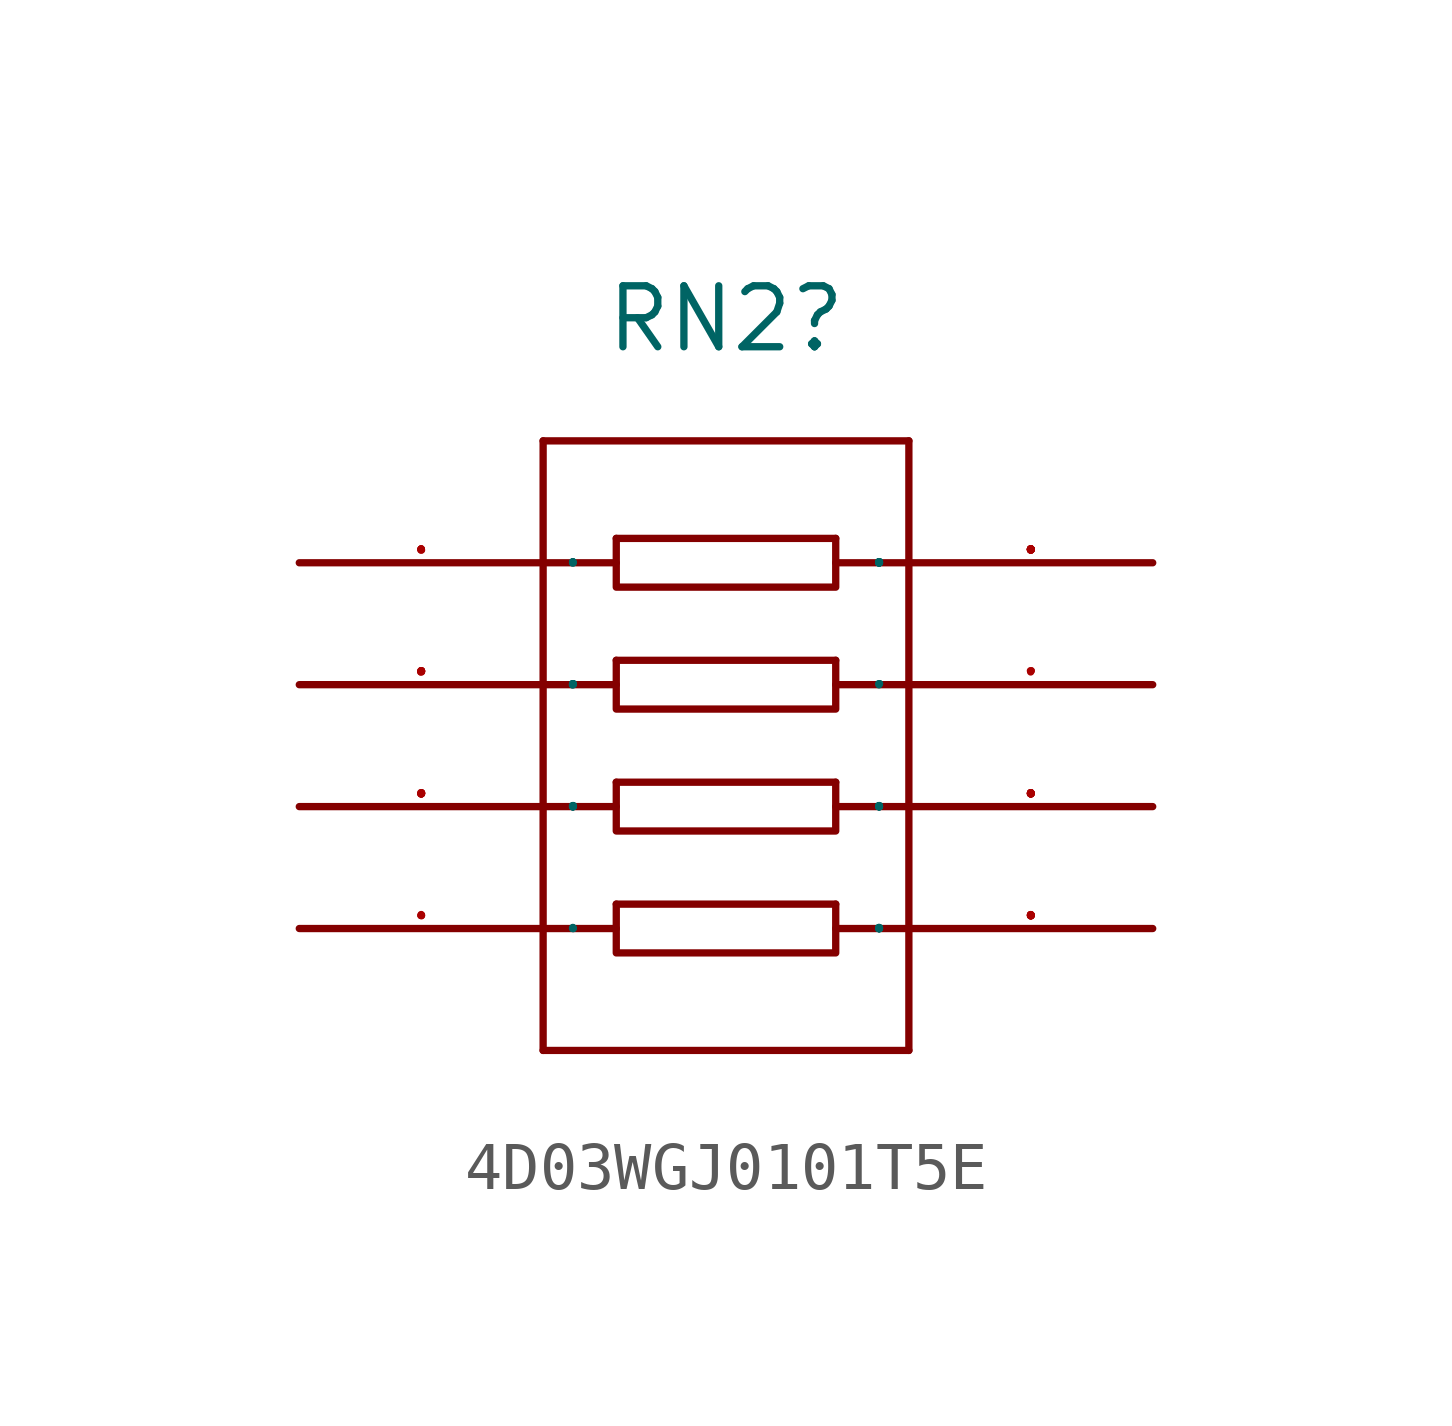
<source format=kicad_sym>
(kicad_symbol_lib
  (version 20241209)
  (generator "kicad_symbol_editor")
  (generator_version "9.0")
  (symbol "4D03WGJ0101T5E"
    (property "Reference" "RN2"
      (at 0 8.89 0)
      (effects (font (size 1.27 1.27))))
    (symbol "4D03WGJ0101T5E_1_0"
      (polyline (pts (xy -3.81 6.35) (xy -3.81 -6.35)) (stroke (width 0) (type default)) (fill (type none)))
      (polyline (pts (xy -3.81 6.35) (xy 3.81 6.35)) (stroke (width 0) (type default)) (fill (type none)))
      (polyline (pts (xy -3.81 3.81) (xy -2.286 3.81)) (stroke (width 0) (type default)) (fill (type none)))
      (polyline (pts (xy -3.81 1.27) (xy -2.286 1.27)) (stroke (width 0) (type default)) (fill (type none)))
      (polyline (pts (xy -3.81 -1.27) (xy -2.286 -1.27)) (stroke (width 0) (type default)) (fill (type none)))
      (polyline (pts (xy -3.81 -3.81) (xy -2.286 -3.81)) (stroke (width 0) (type default)) (fill (type none)))
      (polyline (pts (xy -3.81 -6.35) (xy 3.81 -6.35)) (stroke (width 0) (type default)) (fill (type none)))
      (polyline (pts (xy -2.286 4.318) (xy 2.286 4.318)) (stroke (width 0) (type default)) (fill (type none)))
      (polyline (pts (xy -2.286 4.318) (xy -2.286 3.302) (xy -2.286 3.302) (xy 2.286 3.302) (xy 2.286 3.302) (xy 2.286 4.318)) (stroke (width 0) (type default)) (fill (type none)))
      (polyline (pts (xy -2.286 1.778) (xy 2.286 1.778)) (stroke (width 0) (type default)) (fill (type none)))
      (polyline (pts (xy -2.286 1.778) (xy -2.286 0.762) (xy -2.286 0.762) (xy 2.286 0.762) (xy 2.286 0.762) (xy 2.286 1.778)) (stroke (width 0) (type default)) (fill (type none)))
      (polyline (pts (xy -2.286 -0.762) (xy 2.286 -0.762)) (stroke (width 0) (type default)) (fill (type none)))
      (polyline (pts (xy -2.286 -0.762) (xy -2.286 -1.778) (xy -2.286 -1.778) (xy 2.286 -1.778) (xy 2.286 -1.778) (xy 2.286 -0.762)) (stroke (width 0) (type default)) (fill (type none)))
      (polyline (pts (xy -2.286 -3.302) (xy 2.286 -3.302)) (stroke (width 0) (type default)) (fill (type none)))
      (polyline (pts (xy -2.286 -3.302) (xy -2.286 -4.318) (xy -2.286 -4.318) (xy 2.286 -4.318) (xy 2.286 -4.318) (xy 2.286 -3.302)) (stroke (width 0) (type default)) (fill (type none)))
      (polyline (pts (xy 2.286 3.81) (xy 3.81 3.81)) (stroke (width 0) (type default)) (fill (type none)))
      (polyline (pts (xy 2.286 1.27) (xy 3.81 1.27)) (stroke (width 0) (type default)) (fill (type none)))
      (polyline (pts (xy 2.286 -1.27) (xy 3.81 -1.27)) (stroke (width 0) (type default)) (fill (type none)))
      (polyline (pts (xy 2.286 -3.81) (xy 3.81 -3.81)) (stroke (width 0) (type default)) (fill (type none)))
      (polyline (pts (xy 3.81 6.35) (xy 3.81 -6.35)) (stroke (width 0) (type default)) (fill (type none)))
      (pin passive line (at -8.89 3.81 0) (length 5.08) (name "1" (effects (font (size 0.025 0.025)))) (number "1" (effects (font (size 0.025 0.025)))))
      (pin passive line (at -8.89 1.27 0) (length 5.08) (name "2" (effects (font (size 0.025 0.025)))) (number "2" (effects (font (size 0.025 0.025)))))
      (pin passive line (at -8.89 -1.27 0) (length 5.08) (name "3" (effects (font (size 0.025 0.025)))) (number "3" (effects (font (size 0.025 0.025)))))
      (pin passive line (at -8.89 -3.81 0) (length 5.08) (name "4" (effects (font (size 0.025 0.025)))) (number "4" (effects (font (size 0.025 0.025)))))
      (pin passive line (at 8.89 3.81 180) (length 5.08) (name "8" (effects (font (size 0.025 0.025)))) (number "8" (effects (font (size 0.025 0.025)))))
      (pin passive line (at 8.89 1.27 180) (length 5.08) (name "7" (effects (font (size 0.025 0.025)))) (number "7" (effects (font (size 0.025 0.025)))))
      (pin passive line (at 8.89 -1.27 180) (length 5.08) (name "6" (effects (font (size 0.025 0.025)))) (number "6" (effects (font (size 0.025 0.025)))))
      (pin passive line (at 8.89 -3.81 180) (length 5.08) (name "5" (effects (font (size 0.025 0.025)))) (number "5" (effects (font (size 0.025 0.025))))))))
</source>
